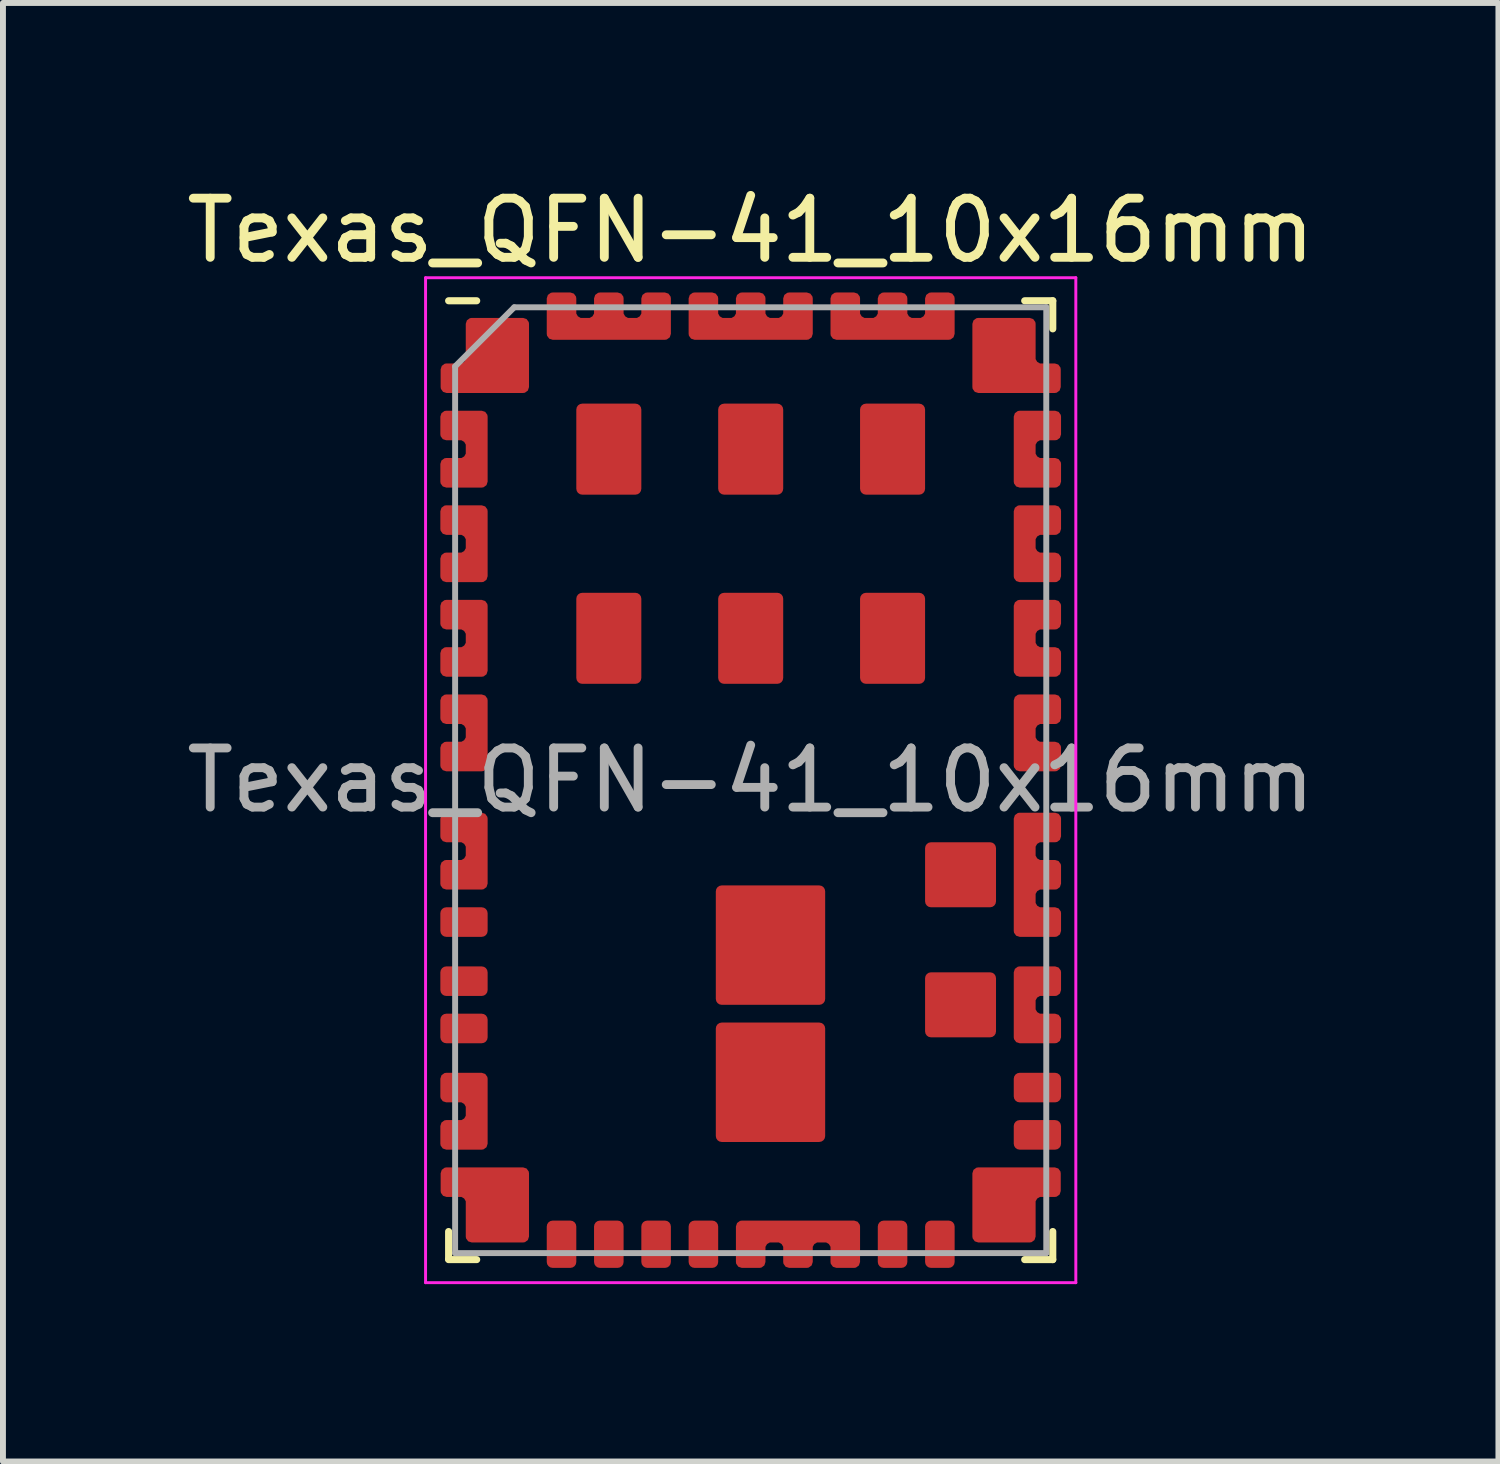
<source format=kicad_pcb>
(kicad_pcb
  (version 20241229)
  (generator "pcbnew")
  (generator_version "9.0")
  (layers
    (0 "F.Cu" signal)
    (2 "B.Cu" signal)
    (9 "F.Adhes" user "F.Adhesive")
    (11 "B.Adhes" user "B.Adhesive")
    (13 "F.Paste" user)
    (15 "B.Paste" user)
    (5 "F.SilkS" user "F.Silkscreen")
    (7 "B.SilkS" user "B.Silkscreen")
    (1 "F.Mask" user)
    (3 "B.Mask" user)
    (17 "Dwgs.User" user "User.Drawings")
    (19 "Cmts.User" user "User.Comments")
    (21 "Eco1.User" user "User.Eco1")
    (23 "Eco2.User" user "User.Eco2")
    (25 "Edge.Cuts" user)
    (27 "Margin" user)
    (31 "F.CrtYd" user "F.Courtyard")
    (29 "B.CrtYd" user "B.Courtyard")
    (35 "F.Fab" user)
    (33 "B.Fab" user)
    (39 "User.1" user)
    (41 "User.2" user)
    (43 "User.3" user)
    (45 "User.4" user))
  (footprint "Texas_QFN-41_10x16mm"
    (layer "F.Cu")
    (at 9.649 10.148)
    (property "Reference" "Texas_QFN-41_10x16mm" (at 0 -9.3 0) (layer "F.SilkS") (effects (font (size 1 1) (thickness 0.15))))
    (attr smd)
    (fp_line (start -5.11 -8.11) (end -4.635 -8.11) (stroke (width 0.12) (type solid)) (layer "F.SilkS"))
    (fp_line (start -5.11 8.1) (end -5.11 7.635) (stroke (width 0.12) (type solid)) (layer "F.SilkS"))
    (fp_line (start -5.11 8.11) (end -4.635 8.11) (stroke (width 0.12) (type solid)) (layer "F.SilkS"))
    (fp_line (start 5.11 -8.11) (end 4.635 -8.11) (stroke (width 0.12) (type solid)) (layer "F.SilkS"))
    (fp_line (start 5.11 -8.11) (end 5.11 -7.635) (stroke (width 0.12) (type solid)) (layer "F.SilkS"))
    (fp_line (start 5.11 8.11) (end 4.635 8.11) (stroke (width 0.12) (type solid)) (layer "F.SilkS"))
    (fp_line (start 5.11 8.11) (end 5.11 7.635) (stroke (width 0.12) (type solid)) (layer "F.SilkS"))
    (fp_line (start -5.5 -8.5) (end -5.5 8.5) (stroke (width 0.05) (type solid)) (layer "F.CrtYd"))
    (fp_line (start -5.5 8.5) (end 5.5 8.5) (stroke (width 0.05) (type solid)) (layer "F.CrtYd"))
    (fp_line (start 5.5 -8.5) (end -5.5 -8.5) (stroke (width 0.05) (type solid)) (layer "F.CrtYd"))
    (fp_line (start 5.5 8.5) (end 5.5 -8.5) (stroke (width 0.05) (type solid)) (layer "F.CrtYd"))
    (fp_line (start -5 -7) (end -5 8) (stroke (width 0.1) (type solid)) (layer "F.Fab"))
    (fp_line (start -5 -7) (end -4 -8) (stroke (width 0.1) (type solid)) (layer "F.Fab"))
    (fp_line (start -5 8) (end 5 8) (stroke (width 0.1) (type solid)) (layer "F.Fab"))
    (fp_line (start -4 -8) (end 5 -8) (stroke (width 0.1) (type solid)) (layer "F.Fab"))
    (fp_line (start 5 -8) (end 5 8) (stroke (width 0.1) (type solid)) (layer "F.Fab"))
    (fp_text user "${REFERENCE}" (at 0 0 0) (layer "F.Fab") (effects (font (size 1 1) (thickness 0.15))))
    (pad "" smd custom (at -4.635 -5.6) (size 0.27 0.6) (layers "F.Mask" "F.Paste") (options (anchor rect)) (primitives (gr_poly (pts (xy 0.035 0.3) (xy -0.465 0.3) (xy -0.465 0.5) (xy 0.035 0.5)) (width 0.2) (fill yes)) (gr_poly (pts (xy 0.035 -0.3) (xy -0.465 -0.3) (xy -0.465 -0.5) (xy 0.035 -0.5)) (width 0.2) (fill yes)) (gr_arc (start -0.035 0.1) (mid -0.093579 0.241421) (end -0.235 0.3) (width 0.2)) (gr_arc (start -0.235 -0.3) (mid -0.093579 -0.241421) (end -0.035 -0.1) (width 0.2))))
    (pad "" smd custom (at -4.635 -4) (size 0.27 0.6) (layers "F.Mask" "F.Paste") (options (anchor rect)) (primitives (gr_poly (pts (xy 0.035 0.3) (xy -0.465 0.3) (xy -0.465 0.5) (xy 0.035 0.5)) (width 0.2) (fill yes)) (gr_poly (pts (xy 0.035 -0.3) (xy -0.465 -0.3) (xy -0.465 -0.5) (xy 0.035 -0.5)) (width 0.2) (fill yes)) (gr_arc (start -0.035 0.1) (mid -0.093579 0.241421) (end -0.235 0.3) (width 0.2)) (gr_arc (start -0.235 -0.3) (mid -0.093579 -0.241421) (end -0.035 -0.1) (width 0.2))))
    (pad "" smd custom (at -4.635 -2.4) (size 0.27 0.6) (layers "F.Mask" "F.Paste") (options (anchor rect)) (primitives (gr_poly (pts (xy 0.035 0.3) (xy -0.465 0.3) (xy -0.465 0.5) (xy 0.035 0.5)) (width 0.2) (fill yes)) (gr_poly (pts (xy 0.035 -0.3) (xy -0.465 -0.3) (xy -0.465 -0.5) (xy 0.035 -0.5)) (width 0.2) (fill yes)) (gr_arc (start -0.035 0.1) (mid -0.093579 0.241421) (end -0.235 0.3) (width 0.2)) (gr_arc (start -0.235 -0.3) (mid -0.093579 -0.241421) (end -0.035 -0.1) (width 0.2))))
    (pad "" smd custom (at -4.635 -0.8) (size 0.27 0.6) (layers "F.Mask" "F.Paste") (options (anchor rect)) (primitives (gr_poly (pts (xy 0.035 0.3) (xy -0.465 0.3) (xy -0.465 0.5) (xy 0.035 0.5)) (width 0.2) (fill yes)) (gr_poly (pts (xy 0.035 -0.3) (xy -0.465 -0.3) (xy -0.465 -0.5) (xy 0.035 -0.5)) (width 0.2) (fill yes)) (gr_arc (start -0.035 0.1) (mid -0.093579 0.241421) (end -0.235 0.3) (width 0.2)) (gr_arc (start -0.235 -0.3) (mid -0.093579 -0.241421) (end -0.035 -0.1) (width 0.2))))
    (pad "" smd custom (at -4.635 1.2) (size 0.27 0.6) (layers "F.Mask" "F.Paste") (options (anchor rect)) (primitives (gr_poly (pts (xy 0.035 0.3) (xy -0.465 0.3) (xy -0.465 0.5) (xy 0.035 0.5)) (width 0.2) (fill yes)) (gr_poly (pts (xy 0.035 -0.3) (xy -0.465 -0.3) (xy -0.465 -0.5) (xy 0.035 -0.5)) (width 0.2) (fill yes)) (gr_arc (start -0.035 0.1) (mid -0.093579 0.241421) (end -0.235 0.3) (width 0.2)) (gr_arc (start -0.235 -0.3) (mid -0.093579 -0.241421) (end -0.035 -0.1) (width 0.2))))
    (pad "" smd custom (at -4.635 5.6) (size 0.27 0.6) (layers "F.Mask" "F.Paste") (options (anchor rect)) (primitives (gr_poly (pts (xy 0.035 0.3) (xy -0.465 0.3) (xy -0.465 0.5) (xy 0.035 0.5)) (width 0.2) (fill yes)) (gr_poly (pts (xy 0.035 -0.3) (xy -0.465 -0.3) (xy -0.465 -0.5) (xy 0.035 -0.5)) (width 0.2) (fill yes)) (gr_arc (start -0.035 0.1) (mid -0.093579 0.241421) (end -0.235 0.3) (width 0.2)) (gr_arc (start -0.235 -0.3) (mid -0.093579 -0.241421) (end -0.035 -0.1) (width 0.2))))
    (pad "" smd custom (at -4.285 -7.185) (size 0.87 0.87) (layers "F.Paste") (options (anchor rect)) (primitives (gr_poly (pts (xy -0.81 0.285) (xy -0.81 0.485) (xy 0.385 0.485) (xy 0.385 -0.375) (xy -0.385 -0.375) (xy -0.385 0.285)) (width 0.2) (fill yes)) (gr_arc (start -0.385 0.085) (mid -0.443579 0.226421) (end -0.585 0.285) (width 0.2))))
    (pad "" smd custom (at -4.285 -7.185) (size 0.87 1.07) (layers "F.Mask") (options (anchor rect)) (primitives (gr_poly (pts (xy -0.81 0.285) (xy -0.81 0.485) (xy 0.385 0.485) (xy 0.385 -0.485) (xy -0.385 -0.485) (xy -0.385 0.285)) (width 0.2) (fill yes)) (gr_arc (start -0.385 0.085) (mid -0.443579 0.226421) (end -0.585 0.285) (width 0.2))))
    (pad "" smd custom (at -4.285 7.185) (size 0.87 0.87) (layers "F.Paste") (options (anchor rect)) (primitives (gr_poly (pts (xy -0.81 -0.285) (xy -0.81 -0.485) (xy 0.385 -0.485) (xy 0.385 0.375) (xy -0.385 0.375) (xy -0.385 -0.285)) (width 0.2) (fill yes)) (gr_arc (start -0.585 -0.285) (mid -0.443579 -0.226421) (end -0.385 -0.085) (width 0.2))))
    (pad "" smd custom (at -4.285 7.185) (size 0.87 1.07) (layers "F.Mask") (options (anchor rect)) (primitives (gr_poly (pts (xy -0.81 -0.285) (xy -0.81 -0.485) (xy 0.385 -0.485) (xy 0.385 0.485) (xy -0.385 0.485) (xy -0.385 -0.285)) (width 0.2) (fill yes)) (gr_arc (start -0.585 -0.285) (mid -0.443579 -0.226421) (end -0.385 -0.085) (width 0.2))))
    (pad "" smd custom (at -2.4 -7.635 270) (size 0.27 1.6) (layers "F.Mask" "F.Paste") (options (anchor rect)) (primitives (gr_poly (pts (xy 0.035 -0.1) (xy -0.465 -0.1) (xy -0.465 0.1) (xy 0.035 0.1)) (width 0.2) (fill yes)) (gr_poly (pts (xy 0.035 -0.7) (xy -0.465 -0.7) (xy -0.465 -0.9) (xy 0.035 -0.9)) (width 0.2) (fill yes)) (gr_arc (start -0.035 -0.3) (mid -0.093579 -0.158579) (end -0.235 -0.1) (width 0.2)) (gr_arc (start -0.235 -0.7) (mid -0.093579 -0.641421) (end -0.035 -0.5) (width 0.2)) (gr_poly (pts (xy 0.035 0.7) (xy -0.465 0.7) (xy -0.465 0.9) (xy 0.035 0.9)) (width 0.2) (fill yes)) (gr_arc (start -0.235 0.1) (mid -0.093579 0.158579) (end -0.035 0.3) (width 0.2)) (gr_arc (start -0.035 0.5) (mid -0.093579 0.641421) (end -0.235 0.7) (width 0.2))))
    (pad "" smd custom (at 0 -7.635 270) (size 0.27 1.6) (layers "F.Mask" "F.Paste") (options (anchor rect)) (primitives (gr_poly (pts (xy 0.035 -0.1) (xy -0.465 -0.1) (xy -0.465 0.1) (xy 0.035 0.1)) (width 0.2) (fill yes)) (gr_poly (pts (xy 0.035 -0.7) (xy -0.465 -0.7) (xy -0.465 -0.9) (xy 0.035 -0.9)) (width 0.2) (fill yes)) (gr_arc (start -0.035 -0.3) (mid -0.093579 -0.158579) (end -0.235 -0.1) (width 0.2)) (gr_arc (start -0.235 -0.7) (mid -0.093579 -0.641421) (end -0.035 -0.5) (width 0.2)) (gr_poly (pts (xy 0.035 0.7) (xy -0.465 0.7) (xy -0.465 0.9) (xy 0.035 0.9)) (width 0.2) (fill yes)) (gr_arc (start -0.235 0.1) (mid -0.093579 0.158579) (end -0.035 0.3) (width 0.2)) (gr_arc (start -0.035 0.5) (mid -0.093579 0.641421) (end -0.235 0.7) (width 0.2))))
    (pad "" smd custom (at 0.8 7.635 90) (size 0.27 1.6) (layers "F.Mask" "F.Paste") (options (anchor rect)) (primitives (gr_poly (pts (xy 0.035 -0.1) (xy -0.465 -0.1) (xy -0.465 0.1) (xy 0.035 0.1)) (width 0.2) (fill yes)) (gr_poly (pts (xy 0.035 -0.7) (xy -0.465 -0.7) (xy -0.465 -0.9) (xy 0.035 -0.9)) (width 0.2) (fill yes)) (gr_arc (start -0.035 -0.3) (mid -0.093579 -0.158579) (end -0.235 -0.1) (width 0.2)) (gr_arc (start -0.235 -0.7) (mid -0.093579 -0.641421) (end -0.035 -0.5) (width 0.2)) (gr_poly (pts (xy 0.035 0.7) (xy -0.465 0.7) (xy -0.465 0.9) (xy 0.035 0.9)) (width 0.2) (fill yes)) (gr_arc (start -0.235 0.1) (mid -0.093579 0.158579) (end -0.035 0.3) (width 0.2)) (gr_arc (start -0.035 0.5) (mid -0.093579 0.641421) (end -0.235 0.7) (width 0.2))))
    (pad "" smd custom (at 2.4 -7.635 270) (size 0.27 1.6) (layers "F.Mask" "F.Paste") (options (anchor rect)) (primitives (gr_poly (pts (xy 0.035 -0.1) (xy -0.465 -0.1) (xy -0.465 0.1) (xy 0.035 0.1)) (width 0.2) (fill yes)) (gr_poly (pts (xy 0.035 -0.7) (xy -0.465 -0.7) (xy -0.465 -0.9) (xy 0.035 -0.9)) (width 0.2) (fill yes)) (gr_arc (start -0.035 -0.3) (mid -0.093579 -0.158579) (end -0.235 -0.1) (width 0.2)) (gr_arc (start -0.235 -0.7) (mid -0.093579 -0.641421) (end -0.035 -0.5) (width 0.2)) (gr_poly (pts (xy 0.035 0.7) (xy -0.465 0.7) (xy -0.465 0.9) (xy 0.035 0.9)) (width 0.2) (fill yes)) (gr_arc (start -0.235 0.1) (mid -0.093579 0.158579) (end -0.035 0.3) (width 0.2)) (gr_arc (start -0.035 0.5) (mid -0.093579 0.641421) (end -0.235 0.7) (width 0.2))))
    (pad "" smd custom (at 4.285 -7.185 180) (size 0.87 0.87) (layers "F.Paste") (options (anchor rect)) (primitives (gr_poly (pts (xy -0.81 -0.285) (xy -0.81 -0.485) (xy 0.385 -0.485) (xy 0.385 0.375) (xy -0.385 0.375) (xy -0.385 -0.285)) (width 0.2) (fill yes)) (gr_arc (start -0.585 -0.285) (mid -0.443579 -0.226421) (end -0.385 -0.085) (width 0.2))))
    (pad "" smd custom (at 4.285 -7.185 180) (size 0.87 1.07) (layers "F.Mask") (options (anchor rect)) (primitives (gr_poly (pts (xy -0.81 -0.285) (xy -0.81 -0.485) (xy 0.385 -0.485) (xy 0.385 0.485) (xy -0.385 0.485) (xy -0.385 -0.285)) (width 0.2) (fill yes)) (gr_arc (start -0.585 -0.285) (mid -0.443579 -0.226421) (end -0.385 -0.085) (width 0.2))))
    (pad "" smd custom (at 4.285 7.185 180) (size 0.87 0.87) (layers "F.Paste") (options (anchor rect)) (primitives (gr_poly (pts (xy -0.81 0.285) (xy -0.81 0.485) (xy 0.385 0.485) (xy 0.385 -0.375) (xy -0.385 -0.375) (xy -0.385 0.285)) (width 0.2) (fill yes)) (gr_arc (start -0.385 0.085) (mid -0.443579 0.226421) (end -0.585 0.285) (width 0.2))))
    (pad "" smd custom (at 4.285 7.185 180) (size 0.87 1.07) (layers "F.Mask") (options (anchor rect)) (primitives (gr_poly (pts (xy -0.81 0.285) (xy -0.81 0.485) (xy 0.385 0.485) (xy 0.385 -0.485) (xy -0.385 -0.485) (xy -0.385 0.285)) (width 0.2) (fill yes)) (gr_arc (start -0.385 0.085) (mid -0.443579 0.226421) (end -0.585 0.285) (width 0.2))))
    (pad "" smd custom (at 4.635 -5.6 180) (size 0.27 0.6) (layers "F.Mask" "F.Paste") (options (anchor rect)) (primitives (gr_poly (pts (xy 0.035 0.3) (xy -0.465 0.3) (xy -0.465 0.5) (xy 0.035 0.5)) (width 0.2) (fill yes)) (gr_poly (pts (xy 0.035 -0.3) (xy -0.465 -0.3) (xy -0.465 -0.5) (xy 0.035 -0.5)) (width 0.2) (fill yes)) (gr_arc (start -0.035 0.1) (mid -0.093579 0.241421) (end -0.235 0.3) (width 0.2)) (gr_arc (start -0.235 -0.3) (mid -0.093579 -0.241421) (end -0.035 -0.1) (width 0.2))))
    (pad "" smd custom (at 4.635 -4 180) (size 0.27 0.6) (layers "F.Mask" "F.Paste") (options (anchor rect)) (primitives (gr_poly (pts (xy 0.035 0.3) (xy -0.465 0.3) (xy -0.465 0.5) (xy 0.035 0.5)) (width 0.2) (fill yes)) (gr_poly (pts (xy 0.035 -0.3) (xy -0.465 -0.3) (xy -0.465 -0.5) (xy 0.035 -0.5)) (width 0.2) (fill yes)) (gr_arc (start -0.035 0.1) (mid -0.093579 0.241421) (end -0.235 0.3) (width 0.2)) (gr_arc (start -0.235 -0.3) (mid -0.093579 -0.241421) (end -0.035 -0.1) (width 0.2))))
    (pad "" smd custom (at 4.635 -2.4 180) (size 0.27 0.6) (layers "F.Mask" "F.Paste") (options (anchor rect)) (primitives (gr_poly (pts (xy 0.035 0.3) (xy -0.465 0.3) (xy -0.465 0.5) (xy 0.035 0.5)) (width 0.2) (fill yes)) (gr_poly (pts (xy 0.035 -0.3) (xy -0.465 -0.3) (xy -0.465 -0.5) (xy 0.035 -0.5)) (width 0.2) (fill yes)) (gr_arc (start -0.035 0.1) (mid -0.093579 0.241421) (end -0.235 0.3) (width 0.2)) (gr_arc (start -0.235 -0.3) (mid -0.093579 -0.241421) (end -0.035 -0.1) (width 0.2))))
    (pad "" smd custom (at 4.635 -0.8 180) (size 0.27 0.6) (layers "F.Mask" "F.Paste") (options (anchor rect)) (primitives (gr_poly (pts (xy 0.035 0.3) (xy -0.465 0.3) (xy -0.465 0.5) (xy 0.035 0.5)) (width 0.2) (fill yes)) (gr_poly (pts (xy 0.035 -0.3) (xy -0.465 -0.3) (xy -0.465 -0.5) (xy 0.035 -0.5)) (width 0.2) (fill yes)) (gr_arc (start -0.035 0.1) (mid -0.093579 0.241421) (end -0.235 0.3) (width 0.2)) (gr_arc (start -0.235 -0.3) (mid -0.093579 -0.241421) (end -0.035 -0.1) (width 0.2))))
    (pad "" smd custom (at 4.635 1.6 180) (size 0.27 1.6) (layers "F.Mask" "F.Paste") (options (anchor rect)) (primitives (gr_poly (pts (xy 0.035 -0.1) (xy -0.465 -0.1) (xy -0.465 0.1) (xy 0.035 0.1)) (width 0.2) (fill yes)) (gr_poly (pts (xy 0.035 -0.7) (xy -0.465 -0.7) (xy -0.465 -0.9) (xy 0.035 -0.9)) (width 0.2) (fill yes)) (gr_arc (start -0.035 -0.3) (mid -0.093579 -0.158579) (end -0.235 -0.1) (width 0.2)) (gr_arc (start -0.235 -0.7) (mid -0.093579 -0.641421) (end -0.035 -0.5) (width 0.2)) (gr_poly (pts (xy 0.035 0.7) (xy -0.465 0.7) (xy -0.465 0.9) (xy 0.035 0.9)) (width 0.2) (fill yes)) (gr_arc (start -0.235 0.1) (mid -0.093579 0.158579) (end -0.035 0.3) (width 0.2)) (gr_arc (start -0.035 0.5) (mid -0.093579 0.641421) (end -0.235 0.7) (width 0.2))))
    (pad "" smd custom (at 4.635 3.8 180) (size 0.27 0.6) (layers "F.Mask" "F.Paste") (options (anchor rect)) (primitives (gr_poly (pts (xy 0.035 0.3) (xy -0.465 0.3) (xy -0.465 0.5) (xy 0.035 0.5)) (width 0.2) (fill yes)) (gr_poly (pts (xy 0.035 -0.3) (xy -0.465 -0.3) (xy -0.465 -0.5) (xy 0.035 -0.5)) (width 0.2) (fill yes)) (gr_arc (start -0.035 0.1) (mid -0.093579 0.241421) (end -0.235 0.3) (width 0.2)) (gr_arc (start -0.235 -0.3) (mid -0.093579 -0.241421) (end -0.035 -0.1) (width 0.2))))
    (pad "1" smd custom (at -4.285 -7.185) (size 0.87 1.07) (layers "F.Cu") (options (anchor rect)) (primitives (gr_poly (pts (xy -0.86 0.235) (xy -0.86 0.535) (xy 0.435 0.535) (xy 0.435 -0.535) (xy -0.435 -0.535) (xy -0.435 0.235)) (width 0.2) (fill yes)) (gr_arc (start -0.435 0.035) (mid -0.493579 0.176421) (end -0.635 0.235) (width 0.2))))
    (pad "2" smd custom (at -4.635 -5.6) (size 0.37 0.8) (layers "F.Cu") (options (anchor rect)) (primitives (gr_poly (pts (xy 0.085 0.25) (xy -0.515 0.25) (xy -0.515 0.55) (xy 0.085 0.55)) (width 0.2) (fill yes)) (gr_poly (pts (xy 0.085 -0.25) (xy -0.515 -0.25) (xy -0.515 -0.55) (xy 0.085 -0.55)) (width 0.2) (fill yes)) (gr_arc (start -0.085 0.05) (mid -0.143579 0.191421) (end -0.285 0.25) (width 0.2)) (gr_arc (start -0.285 -0.25) (mid -0.143579 -0.191421) (end -0.085 -0.05) (width 0.2))))
    (pad "3" smd custom (at -4.635 -4) (size 0.37 0.8) (layers "F.Cu") (options (anchor rect)) (primitives (gr_poly (pts (xy 0.085 0.25) (xy -0.515 0.25) (xy -0.515 0.55) (xy 0.085 0.55)) (width 0.2) (fill yes)) (gr_poly (pts (xy 0.085 -0.25) (xy -0.515 -0.25) (xy -0.515 -0.55) (xy 0.085 -0.55)) (width 0.2) (fill yes)) (gr_arc (start -0.085 0.05) (mid -0.143579 0.191421) (end -0.285 0.25) (width 0.2)) (gr_arc (start -0.285 -0.25) (mid -0.143579 -0.191421) (end -0.085 -0.05) (width 0.2))))
    (pad "4" smd custom (at -4.635 -2.4) (size 0.37 0.8) (layers "F.Cu") (options (anchor rect)) (primitives (gr_poly (pts (xy 0.085 0.25) (xy -0.515 0.25) (xy -0.515 0.55) (xy 0.085 0.55)) (width 0.2) (fill yes)) (gr_poly (pts (xy 0.085 -0.25) (xy -0.515 -0.25) (xy -0.515 -0.55) (xy 0.085 -0.55)) (width 0.2) (fill yes)) (gr_arc (start -0.085 0.05) (mid -0.143579 0.191421) (end -0.285 0.25) (width 0.2)) (gr_arc (start -0.285 -0.25) (mid -0.143579 -0.191421) (end -0.085 -0.05) (width 0.2))))
    (pad "5" smd custom (at -4.635 -0.8) (size 0.37 0.8) (layers "F.Cu") (options (anchor rect)) (primitives (gr_poly (pts (xy 0.085 0.25) (xy -0.515 0.25) (xy -0.515 0.55) (xy 0.085 0.55)) (width 0.2) (fill yes)) (gr_poly (pts (xy 0.085 -0.25) (xy -0.515 -0.25) (xy -0.515 -0.55) (xy 0.085 -0.55)) (width 0.2) (fill yes)) (gr_arc (start -0.085 0.05) (mid -0.143579 0.191421) (end -0.285 0.25) (width 0.2)) (gr_arc (start -0.285 -0.25) (mid -0.143579 -0.191421) (end -0.085 -0.05) (width 0.2))))
    (pad "6" smd custom (at -4.635 1.2) (size 0.37 0.8) (layers "F.Cu") (options (anchor rect)) (primitives (gr_poly (pts (xy 0.085 0.25) (xy -0.515 0.25) (xy -0.515 0.55) (xy 0.085 0.55)) (width 0.2) (fill yes)) (gr_poly (pts (xy 0.085 -0.25) (xy -0.515 -0.25) (xy -0.515 -0.55) (xy 0.085 -0.55)) (width 0.2) (fill yes)) (gr_arc (start -0.085 0.05) (mid -0.143579 0.191421) (end -0.285 0.25) (width 0.2)) (gr_arc (start -0.285 -0.25) (mid -0.143579 -0.191421) (end -0.085 -0.05) (width 0.2))))
    (pad "7" smd roundrect (at -4.85 2.4) (size 0.8 0.5) (layers "F.Cu" "F.Mask" "F.Paste") (roundrect_rratio 0.2))
    (pad "8" smd roundrect (at -4.85 3.4) (size 0.8 0.5) (layers "F.Cu" "F.Mask" "F.Paste") (roundrect_rratio 0.2))
    (pad "9" smd roundrect (at -4.85 4.2) (size 0.8 0.5) (layers "F.Cu" "F.Mask" "F.Paste") (roundrect_rratio 0.2))
    (pad "10" smd custom (at -4.635 5.6) (size 0.37 0.8) (layers "F.Cu") (options (anchor rect)) (primitives (gr_poly (pts (xy 0.085 0.25) (xy -0.515 0.25) (xy -0.515 0.55) (xy 0.085 0.55)) (width 0.2) (fill yes)) (gr_poly (pts (xy 0.085 -0.25) (xy -0.515 -0.25) (xy -0.515 -0.55) (xy 0.085 -0.55)) (width 0.2) (fill yes)) (gr_arc (start -0.085 0.05) (mid -0.143579 0.191421) (end -0.285 0.25) (width 0.2)) (gr_arc (start -0.285 -0.25) (mid -0.143579 -0.191421) (end -0.085 -0.05) (width 0.2))))
    (pad "11" smd custom (at -4.285 7.185) (size 0.87 1.07) (layers "F.Cu") (options (anchor rect)) (primitives (gr_poly (pts (xy -0.86 -0.235) (xy -0.86 -0.535) (xy 0.435 -0.535) (xy 0.435 0.535) (xy -0.435 0.535) (xy -0.435 -0.235)) (width 0.2) (fill yes)) (gr_arc (start -0.635 -0.235) (mid -0.493579 -0.176421) (end -0.435 -0.035) (width 0.2))))
    (pad "12" smd roundrect (at -3.2 7.85 90) (size 0.8 0.5) (layers "F.Cu" "F.Mask" "F.Paste") (roundrect_rratio 0.2))
    (pad "13" smd roundrect (at -2.4 7.85 90) (size 0.8 0.5) (layers "F.Cu" "F.Mask" "F.Paste") (roundrect_rratio 0.2))
    (pad "14" smd roundrect (at -1.6 7.85 90) (size 0.8 0.5) (layers "F.Cu" "F.Mask" "F.Paste") (roundrect_rratio 0.2))
    (pad "15" smd roundrect (at -0.8 7.85 90) (size 0.8 0.5) (layers "F.Cu" "F.Mask" "F.Paste") (roundrect_rratio 0.2))
    (pad "16" smd custom (at 0.8 7.635 90) (size 0.37 1.6) (layers "F.Cu") (options (anchor rect)) (primitives (gr_poly (pts (xy 0.085 -0.15) (xy -0.515 -0.15) (xy -0.515 0.15) (xy 0.085 0.15)) (width 0.2) (fill yes)) (gr_poly (pts (xy 0.085 -0.65) (xy -0.515 -0.65) (xy -0.515 -0.95) (xy 0.085 -0.95)) (width 0.2) (fill yes)) (gr_arc (start -0.085 -0.35) (mid -0.143579 -0.208579) (end -0.285 -0.15) (width 0.2)) (gr_arc (start -0.285 -0.65) (mid -0.143579 -0.591421) (end -0.085 -0.45) (width 0.2)) (gr_poly (pts (xy 0.085 0.65) (xy -0.515 0.65) (xy -0.515 0.95) (xy 0.085 0.95)) (width 0.2) (fill yes)) (gr_arc (start -0.285 0.15) (mid -0.143579 0.208579) (end -0.085 0.35) (width 0.2)) (gr_arc (start -0.085 0.45) (mid -0.143579 0.591421) (end -0.285 0.65) (width 0.2))))
    (pad "17" smd roundrect (at 2.4 7.85 90) (size 0.8 0.5) (layers "F.Cu" "F.Mask" "F.Paste") (roundrect_rratio 0.2))
    (pad "18" smd roundrect (at 3.2 7.85 90) (size 0.8 0.5) (layers "F.Cu" "F.Mask" "F.Paste") (roundrect_rratio 0.2))
    (pad "19" smd custom (at 4.285 7.185 180) (size 0.87 1.07) (layers "F.Cu") (options (anchor rect)) (primitives (gr_poly (pts (xy -0.86 0.235) (xy -0.86 0.535) (xy 0.435 0.535) (xy 0.435 -0.535) (xy -0.435 -0.535) (xy -0.435 0.235)) (width 0.2) (fill yes)) (gr_arc (start -0.435 0.035) (mid -0.493579 0.176421) (end -0.635 0.235) (width 0.2))))
    (pad "20" smd roundrect (at 4.85 6) (size 0.8 0.5) (layers "F.Cu" "F.Mask" "F.Paste") (roundrect_rratio 0.2))
    (pad "21" smd roundrect (at 4.85 5.2) (size 0.8 0.5) (layers "F.Cu" "F.Mask" "F.Paste") (roundrect_rratio 0.2))
    (pad "22" smd custom (at 4.635 3.8 180) (size 0.37 0.8) (layers "F.Cu") (options (anchor rect)) (primitives (gr_poly (pts (xy 0.085 0.25) (xy -0.515 0.25) (xy -0.515 0.55) (xy 0.085 0.55)) (width 0.2) (fill yes)) (gr_poly (pts (xy 0.085 -0.25) (xy -0.515 -0.25) (xy -0.515 -0.55) (xy 0.085 -0.55)) (width 0.2) (fill yes)) (gr_arc (start -0.085 0.05) (mid -0.143579 0.191421) (end -0.285 0.25) (width 0.2)) (gr_arc (start -0.285 -0.25) (mid -0.143579 -0.191421) (end -0.085 -0.05) (width 0.2))))
    (pad "23" smd custom (at 4.635 1.6 180) (size 0.37 1.6) (layers "F.Cu") (options (anchor rect)) (primitives (gr_poly (pts (xy 0.085 -0.15) (xy -0.515 -0.15) (xy -0.515 0.15) (xy 0.085 0.15)) (width 0.2) (fill yes)) (gr_poly (pts (xy 0.085 -0.65) (xy -0.515 -0.65) (xy -0.515 -0.95) (xy 0.085 -0.95)) (width 0.2) (fill yes)) (gr_arc (start -0.085 -0.35) (mid -0.143579 -0.208579) (end -0.285 -0.15) (width 0.2)) (gr_arc (start -0.285 -0.65) (mid -0.143579 -0.591421) (end -0.085 -0.45) (width 0.2)) (gr_poly (pts (xy 0.085 0.65) (xy -0.515 0.65) (xy -0.515 0.95) (xy 0.085 0.95)) (width 0.2) (fill yes)) (gr_arc (start -0.285 0.15) (mid -0.143579 0.208579) (end -0.085 0.35) (width 0.2)) (gr_arc (start -0.085 0.45) (mid -0.143579 0.591421) (end -0.285 0.65) (width 0.2))))
    (pad "24" smd custom (at 4.635 -0.8 180) (size 0.37 0.8) (layers "F.Cu") (options (anchor rect)) (primitives (gr_poly (pts (xy 0.085 0.25) (xy -0.515 0.25) (xy -0.515 0.55) (xy 0.085 0.55)) (width 0.2) (fill yes)) (gr_poly (pts (xy 0.085 -0.25) (xy -0.515 -0.25) (xy -0.515 -0.55) (xy 0.085 -0.55)) (width 0.2) (fill yes)) (gr_arc (start -0.085 0.05) (mid -0.143579 0.191421) (end -0.285 0.25) (width 0.2)) (gr_arc (start -0.285 -0.25) (mid -0.143579 -0.191421) (end -0.085 -0.05) (width 0.2))))
    (pad "25" smd custom (at 4.635 -2.4 180) (size 0.37 0.8) (layers "F.Cu") (options (anchor rect)) (primitives (gr_poly (pts (xy 0.085 0.25) (xy -0.515 0.25) (xy -0.515 0.55) (xy 0.085 0.55)) (width 0.2) (fill yes)) (gr_poly (pts (xy 0.085 -0.25) (xy -0.515 -0.25) (xy -0.515 -0.55) (xy 0.085 -0.55)) (width 0.2) (fill yes)) (gr_arc (start -0.085 0.05) (mid -0.143579 0.191421) (end -0.285 0.25) (width 0.2)) (gr_arc (start -0.285 -0.25) (mid -0.143579 -0.191421) (end -0.085 -0.05) (width 0.2))))
    (pad "26" smd custom (at 4.635 -4 180) (size 0.37 0.8) (layers "F.Cu") (options (anchor rect)) (primitives (gr_poly (pts (xy 0.085 0.25) (xy -0.515 0.25) (xy -0.515 0.55) (xy 0.085 0.55)) (width 0.2) (fill yes)) (gr_poly (pts (xy 0.085 -0.25) (xy -0.515 -0.25) (xy -0.515 -0.55) (xy 0.085 -0.55)) (width 0.2) (fill yes)) (gr_arc (start -0.085 0.05) (mid -0.143579 0.191421) (end -0.285 0.25) (width 0.2)) (gr_arc (start -0.285 -0.25) (mid -0.143579 -0.191421) (end -0.085 -0.05) (width 0.2))))
    (pad "27" smd custom (at 4.635 -5.6 180) (size 0.37 0.8) (layers "F.Cu") (options (anchor rect)) (primitives (gr_poly (pts (xy 0.085 0.25) (xy -0.515 0.25) (xy -0.515 0.55) (xy 0.085 0.55)) (width 0.2) (fill yes)) (gr_poly (pts (xy 0.085 -0.25) (xy -0.515 -0.25) (xy -0.515 -0.55) (xy 0.085 -0.55)) (width 0.2) (fill yes)) (gr_arc (start -0.085 0.05) (mid -0.143579 0.191421) (end -0.285 0.25) (width 0.2)) (gr_arc (start -0.285 -0.25) (mid -0.143579 -0.191421) (end -0.085 -0.05) (width 0.2))))
    (pad "28" smd custom (at 4.285 -7.185 180) (size 0.87 1.07) (layers "F.Cu") (options (anchor rect)) (primitives (gr_poly (pts (xy -0.86 -0.235) (xy -0.86 -0.535) (xy 0.435 -0.535) (xy 0.435 0.535) (xy -0.435 0.535) (xy -0.435 -0.235)) (width 0.2) (fill yes)) (gr_arc (start -0.635 -0.235) (mid -0.493579 -0.176421) (end -0.435 -0.035) (width 0.2))))
    (pad "29" smd custom (at 2.4 -7.635 270) (size 0.37 1.6) (layers "F.Cu") (options (anchor rect)) (primitives (gr_poly (pts (xy 0.085 -0.15) (xy -0.515 -0.15) (xy -0.515 0.15) (xy 0.085 0.15)) (width 0.2) (fill yes)) (gr_poly (pts (xy 0.085 -0.65) (xy -0.515 -0.65) (xy -0.515 -0.95) (xy 0.085 -0.95)) (width 0.2) (fill yes)) (gr_arc (start -0.085 -0.35) (mid -0.143579 -0.208579) (end -0.285 -0.15) (width 0.2)) (gr_arc (start -0.285 -0.65) (mid -0.143579 -0.591421) (end -0.085 -0.45) (width 0.2)) (gr_poly (pts (xy 0.085 0.65) (xy -0.515 0.65) (xy -0.515 0.95) (xy 0.085 0.95)) (width 0.2) (fill yes)) (gr_arc (start -0.285 0.15) (mid -0.143579 0.208579) (end -0.085 0.35) (width 0.2)) (gr_arc (start -0.085 0.45) (mid -0.143579 0.591421) (end -0.285 0.65) (width 0.2))))
    (pad "30" smd custom (at 0 -7.635 270) (size 0.37 1.6) (layers "F.Cu") (options (anchor rect)) (primitives (gr_poly (pts (xy 0.085 -0.15) (xy -0.515 -0.15) (xy -0.515 0.15) (xy 0.085 0.15)) (width 0.2) (fill yes)) (gr_poly (pts (xy 0.085 -0.65) (xy -0.515 -0.65) (xy -0.515 -0.95) (xy 0.085 -0.95)) (width 0.2) (fill yes)) (gr_arc (start -0.085 -0.35) (mid -0.143579 -0.208579) (end -0.285 -0.15) (width 0.2)) (gr_arc (start -0.285 -0.65) (mid -0.143579 -0.591421) (end -0.085 -0.45) (width 0.2)) (gr_poly (pts (xy 0.085 0.65) (xy -0.515 0.65) (xy -0.515 0.95) (xy 0.085 0.95)) (width 0.2) (fill yes)) (gr_arc (start -0.285 0.15) (mid -0.143579 0.208579) (end -0.085 0.35) (width 0.2)) (gr_arc (start -0.085 0.45) (mid -0.143579 0.591421) (end -0.285 0.65) (width 0.2))))
    (pad "31" smd custom (at -2.4 -7.635 270) (size 0.37 1.6) (layers "F.Cu") (options (anchor rect)) (primitives (gr_poly (pts (xy 0.085 -0.15) (xy -0.515 -0.15) (xy -0.515 0.15) (xy 0.085 0.15)) (width 0.2) (fill yes)) (gr_poly (pts (xy 0.085 -0.65) (xy -0.515 -0.65) (xy -0.515 -0.95) (xy 0.085 -0.95)) (width 0.2) (fill yes)) (gr_arc (start -0.085 -0.35) (mid -0.143579 -0.208579) (end -0.285 -0.15) (width 0.2)) (gr_arc (start -0.285 -0.65) (mid -0.143579 -0.591421) (end -0.085 -0.45) (width 0.2)) (gr_poly (pts (xy 0.085 0.65) (xy -0.515 0.65) (xy -0.515 0.95) (xy 0.085 0.95)) (width 0.2) (fill yes)) (gr_arc (start -0.285 0.15) (mid -0.143579 0.208579) (end -0.085 0.35) (width 0.2)) (gr_arc (start -0.085 0.45) (mid -0.143579 0.591421) (end -0.285 0.65) (width 0.2))))
    (pad "32" smd roundrect (at -2.4 -5.6) (size 1.1 1.54) (layers "F.Cu" "F.Mask" "F.Paste") (roundrect_rratio 0.091))
    (pad "33" smd roundrect (at -2.4 -2.4) (size 1.1 1.54) (layers "F.Cu" "F.Mask" "F.Paste") (roundrect_rratio 0.091))
    (pad "34" smd roundrect (at 0 -5.6) (size 1.1 1.54) (layers "F.Cu" "F.Mask" "F.Paste") (roundrect_rratio 0.091))
    (pad "35" smd roundrect (at 0 -2.4) (size 1.1 1.54) (layers "F.Cu" "F.Mask" "F.Paste") (roundrect_rratio 0.091))
    (pad "36" smd roundrect (at 2.4 -5.6) (size 1.1 1.54) (layers "F.Cu" "F.Mask" "F.Paste") (roundrect_rratio 0.091))
    (pad "37" smd roundrect (at 2.4 -2.4) (size 1.1 1.54) (layers "F.Cu" "F.Mask" "F.Paste") (roundrect_rratio 0.091))
    (pad "38" smd roundrect (at 3.55 1.6) (size 1.2 1.1) (layers "F.Cu" "F.Mask" "F.Paste") (roundrect_rratio 0.091))
    (pad "39" smd roundrect (at 3.55 3.8) (size 1.2 1.1) (layers "F.Cu" "F.Mask" "F.Paste") (roundrect_rratio 0.091))
    (pad "40" smd roundrect (at 0.335 2.79) (size 1.85 2.02) (layers "F.Cu" "F.Mask" "F.Paste") (roundrect_rratio 0.054))
    (pad "41" smd roundrect (at 0.335 5.11) (size 1.85 2.02) (layers "F.Cu" "F.Mask" "F.Paste") (roundrect_rratio 0.054)))
  (gr_rect
    (start -3 -3)
    (end 22.298 21.673)
    (stroke (width 0.1) (type default))
    (fill no)
    (layer "Edge.Cuts")))
</source>
